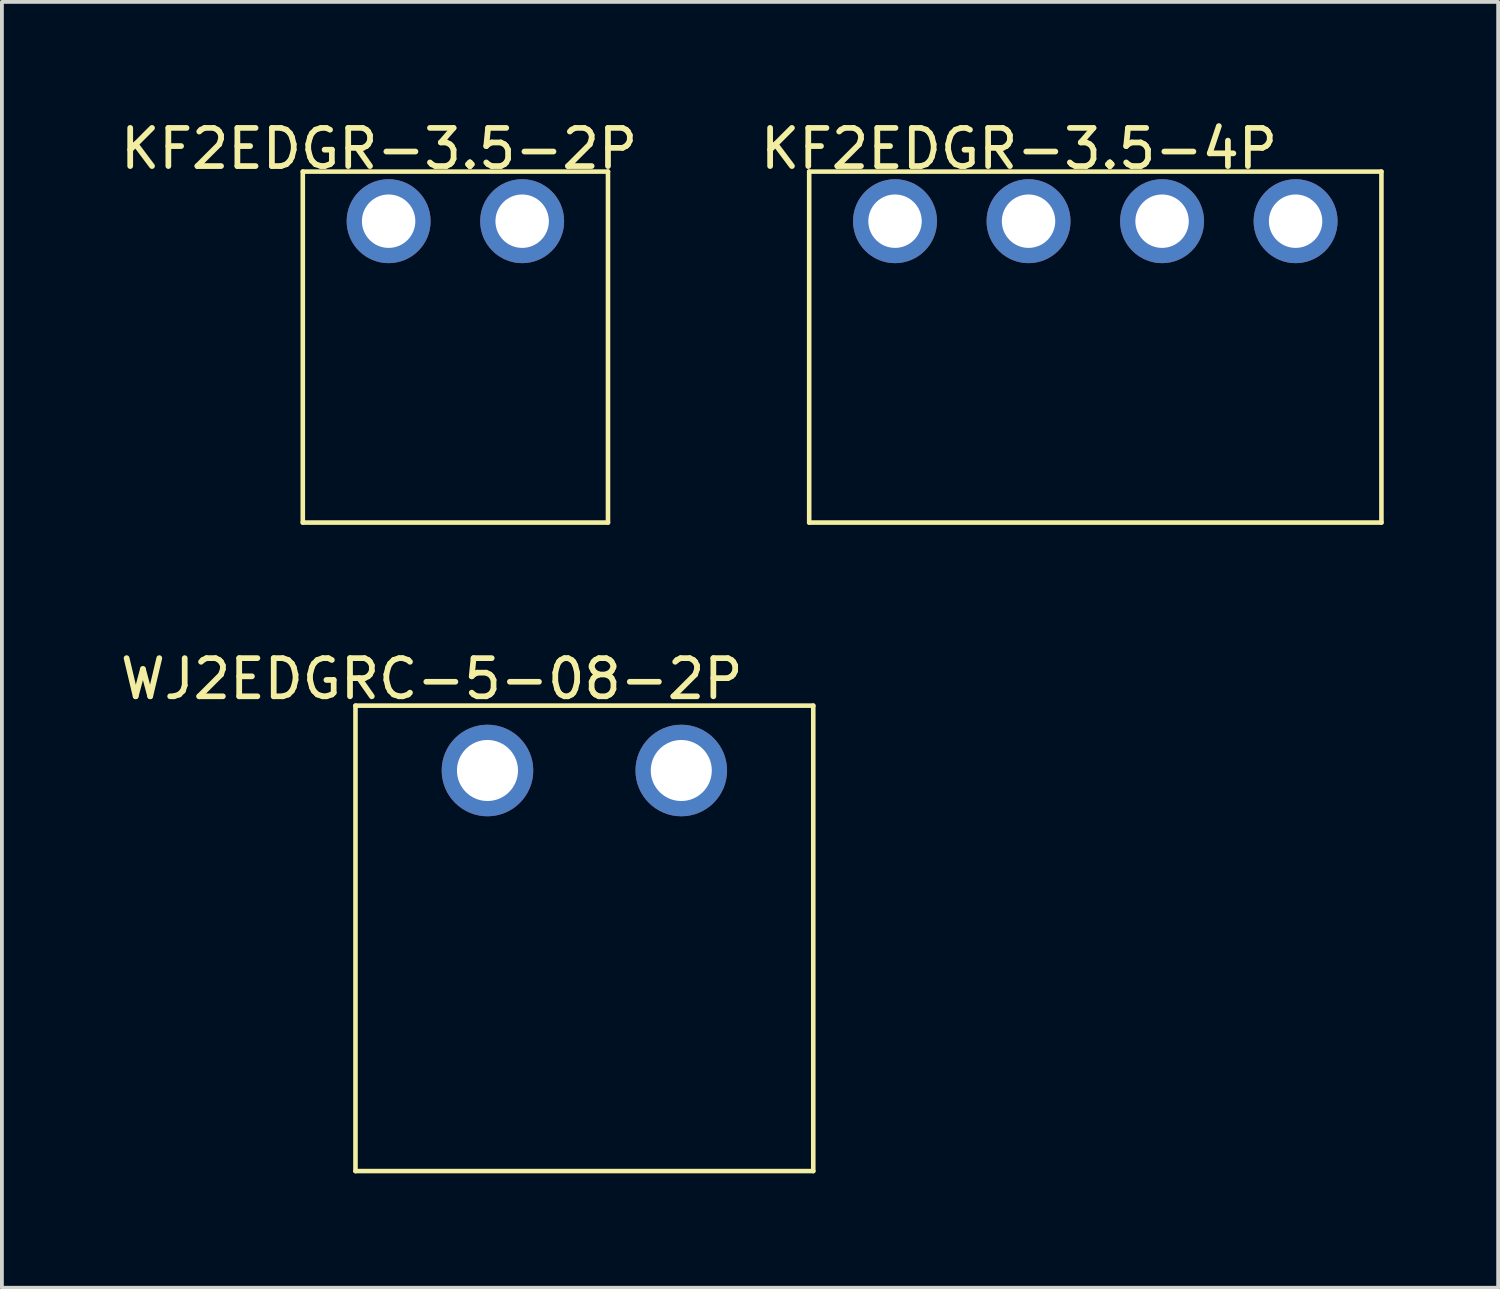
<source format=kicad_pcb>
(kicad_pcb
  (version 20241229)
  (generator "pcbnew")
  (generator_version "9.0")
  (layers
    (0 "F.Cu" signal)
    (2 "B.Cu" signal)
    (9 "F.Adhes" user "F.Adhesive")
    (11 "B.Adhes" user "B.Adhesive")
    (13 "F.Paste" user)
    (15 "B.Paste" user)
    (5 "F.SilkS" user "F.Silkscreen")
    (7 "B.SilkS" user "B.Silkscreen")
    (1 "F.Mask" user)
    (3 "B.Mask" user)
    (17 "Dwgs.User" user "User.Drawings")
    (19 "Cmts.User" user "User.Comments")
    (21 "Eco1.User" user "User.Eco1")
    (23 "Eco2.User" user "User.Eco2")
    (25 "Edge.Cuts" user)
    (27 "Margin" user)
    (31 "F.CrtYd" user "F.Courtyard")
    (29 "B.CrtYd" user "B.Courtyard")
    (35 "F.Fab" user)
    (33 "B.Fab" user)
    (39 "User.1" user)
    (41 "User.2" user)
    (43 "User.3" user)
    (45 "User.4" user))
  (footprint "KF2EDGR-3.5-4P"
    (layer "F.Cu")
    (at 25.661 10.648)
    (property "Reference" "KF2EDGR-3.5-4P" (at -2 -9.8 0) (layer "F.SilkS") (effects (font (size 1 1) (thickness 0.15))))
    (attr through_hole)
    (fp_line (start -7.5 -9.2) (end -7.5 0) (stroke (width 0.12) (type solid)) (layer "F.SilkS"))
    (fp_line (start -7.5 -9.2) (end 7.5 -9.2) (stroke (width 0.12) (type solid)) (layer "F.SilkS"))
    (fp_line (start 7.5 -9.2) (end 7.5 0) (stroke (width 0.12) (type solid)) (layer "F.SilkS"))
    (fp_line (start 7.5 0) (end -7.5 0) (stroke (width 0.12) (type solid)) (layer "F.SilkS"))
    (pad "1" thru_hole circle (at -5.25 -7.9) (size 2.2 2.2) (drill 1.4) (layers "*.Cu" "*.Mask"))
    (pad "2" thru_hole circle (at -1.75 -7.9) (size 2.2 2.2) (drill 1.4) (layers "*.Cu" "*.Mask"))
    (pad "3" thru_hole circle (at 1.75 -7.9) (size 2.2 2.2) (drill 1.4) (layers "*.Cu" "*.Mask"))
    (pad "4" thru_hole circle (at 5.25 -7.9) (size 2.2 2.2) (drill 1.4) (layers "*.Cu" "*.Mask")))
  (footprint "WJ2EDGRC-5-08-2P"
    (layer "F.Cu")
    (at 12.268 21.547)
    (property "Reference" "WJ2EDGRC-5-08-2P" (at -4 -6.8 0) (layer "F.SilkS") (effects (font (size 1 1) (thickness 0.15))))
    (attr through_hole)
    (fp_line (start -6 -6.1) (end 6 -6.1) (stroke (width 0.12) (type solid)) (layer "F.SilkS"))
    (fp_line (start -6 6.1) (end -6 -6.1) (stroke (width 0.12) (type solid)) (layer "F.SilkS"))
    (fp_line (start 6 -6.1) (end 6 6.1) (stroke (width 0.12) (type solid)) (layer "F.SilkS"))
    (fp_line (start 6 6.1) (end -6 6.1) (stroke (width 0.12) (type solid)) (layer "F.SilkS"))
    (pad "1" thru_hole circle (at -2.54 -4.4) (size 2.4 2.4) (drill 1.6) (layers "*.Cu" "*.Mask"))
    (pad "2" thru_hole circle (at 2.54 -4.4) (size 2.4 2.4) (drill 1.6) (layers "*.Cu" "*.Mask")))
  (footprint "KF2EDGR-3.5-2P"
    (layer "F.Cu")
    (at 8.887 10.648)
    (property "Reference" "KF2EDGR-3.5-2P" (at -2 -9.8 0) (layer "F.SilkS") (effects (font (size 1 1) (thickness 0.15))))
    (attr through_hole)
    (fp_line (start -4 -9.2) (end -4 0) (stroke (width 0.12) (type solid)) (layer "F.SilkS"))
    (fp_line (start -4 0) (end 4 0) (stroke (width 0.12) (type solid)) (layer "F.SilkS"))
    (fp_line (start 4 -9.2) (end -4 -9.2) (stroke (width 0.12) (type solid)) (layer "F.SilkS"))
    (fp_line (start 4 0) (end 4 -9.2) (stroke (width 0.12) (type solid)) (layer "F.SilkS"))
    (pad "1" thru_hole circle (at -1.75 -7.9) (size 2.2 2.2) (drill 1.4) (layers "*.Cu" "*.Mask"))
    (pad "2" thru_hole circle (at 1.75 -7.9) (size 2.2 2.2) (drill 1.4) (layers "*.Cu" "*.Mask")))
  (gr_rect
    (start -3 -3)
    (end 36.221 30.706)
    (stroke (width 0.1) (type default))
    (fill no)
    (layer "Edge.Cuts")))
</source>
